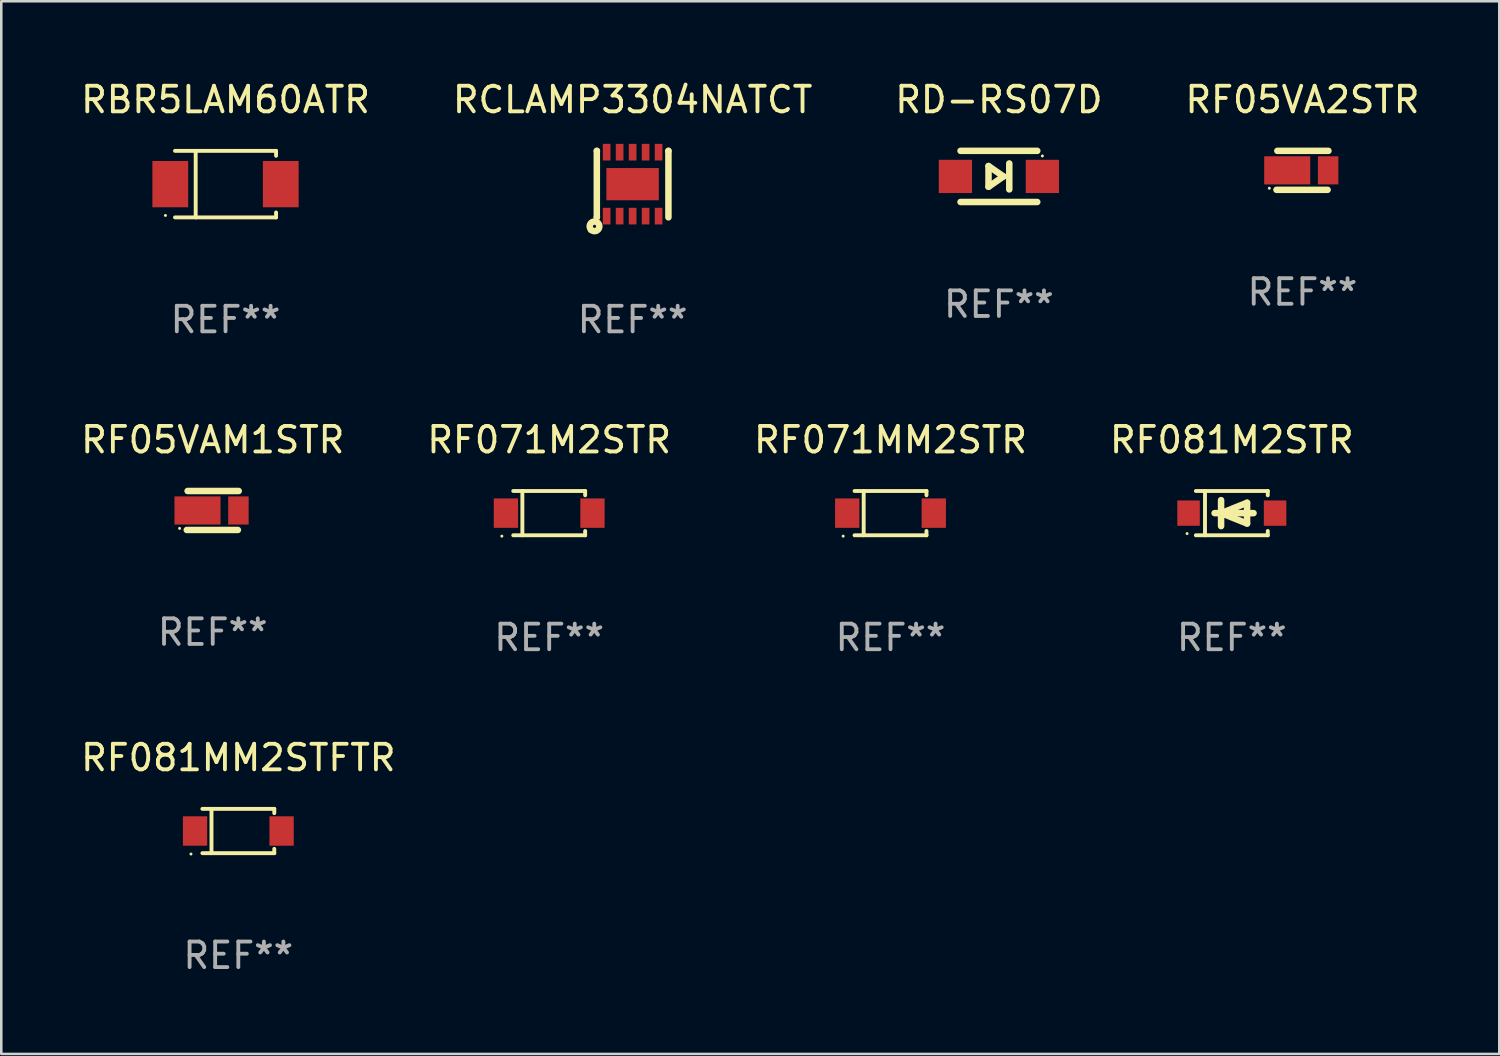
<source format=kicad_pcb>
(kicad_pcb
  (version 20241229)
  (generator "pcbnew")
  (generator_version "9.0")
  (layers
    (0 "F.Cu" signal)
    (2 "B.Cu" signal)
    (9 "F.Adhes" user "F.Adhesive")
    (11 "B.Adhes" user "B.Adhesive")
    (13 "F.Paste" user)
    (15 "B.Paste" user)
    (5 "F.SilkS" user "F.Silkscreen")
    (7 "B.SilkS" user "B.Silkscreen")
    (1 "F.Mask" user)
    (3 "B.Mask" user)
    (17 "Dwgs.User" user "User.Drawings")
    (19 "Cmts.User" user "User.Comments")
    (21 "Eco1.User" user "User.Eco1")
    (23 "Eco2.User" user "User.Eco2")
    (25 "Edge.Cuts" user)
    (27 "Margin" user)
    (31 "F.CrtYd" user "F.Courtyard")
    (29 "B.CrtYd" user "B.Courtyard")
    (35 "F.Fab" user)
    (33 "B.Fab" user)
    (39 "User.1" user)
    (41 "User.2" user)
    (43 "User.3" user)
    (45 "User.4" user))
  (footprint "RF081M2STR"
    (layer "F.Cu")
    (at 45.113 17.013)
    (property "Reference" "RF081M2STR" (at 0 -2.866 0) (layer "F.SilkS") (effects (font (size 1 1) (thickness 0.15))))
    (attr through_hole)
    (fp_line (start -1.406 -0.866) (end 1.406 -0.866) (stroke (width 0.152) (type solid)) (layer "F.SilkS"))
    (fp_line (start -1.406 0.866) (end 1.406 0.866) (stroke (width 0.152) (type solid)) (layer "F.SilkS"))
    (fp_line (start -1.049 -0.866) (end -1.049 0.866) (stroke (width 0.152) (type solid)) (layer "F.SilkS"))
    (fp_line (start -0.674 0) (end 0.85 0) (stroke (width 0.254) (type solid)) (layer "F.SilkS"))
    (fp_line (start -0.42 -0.508) (end -0.42 0.508) (stroke (width 0.254) (type solid)) (layer "F.SilkS"))
    (fp_line (start -0.42 0) (end 0.596 -0.406) (stroke (width 0.254) (type solid)) (layer "F.SilkS"))
    (fp_line (start 0.596 -0.406) (end 0.596 0.406) (stroke (width 0.254) (type solid)) (layer "F.SilkS"))
    (fp_line (start 0.596 0.406) (end -0.42 0) (stroke (width 0.254) (type solid)) (layer "F.SilkS"))
    (fp_line (start 1.406 -0.866) (end 1.406 -0.698) (stroke (width 0.152) (type solid)) (layer "F.SilkS"))
    (fp_line (start 1.406 0.866) (end 1.406 0.698) (stroke (width 0.152) (type solid)) (layer "F.SilkS"))
    (fp_circle (center -1.75 0.8) (end -1.72 0.8) (stroke (width 0.06) (type solid)) (fill no) (layer "F.SilkS"))
    (fp_text user "REF**" (at 0 4.866 0) (layer "F.Fab") (effects (font (size 1 1) (thickness 0.15))))
    (pad "1" smd rect (at -1.692 0) (size 0.88 0.99) (layers "F.Cu" "F.Mask" "F.Paste"))
    (pad "2" smd rect (at 1.692 0) (size 0.88 0.99) (layers "F.Cu" "F.Mask" "F.Paste")))
  (footprint "RF081MM2STFTR"
    (layer "F.Cu")
    (at 6.268 29.442)
    (property "Reference" "RF081MM2STFTR" (at 0 -2.866 0) (layer "F.SilkS") (effects (font (size 1 1) (thickness 0.15))))
    (attr through_hole)
    (fp_line (start -1.406 -0.866) (end 1.406 -0.866) (stroke (width 0.152) (type solid)) (layer "F.SilkS"))
    (fp_line (start -1.406 0.866) (end 1.406 0.866) (stroke (width 0.152) (type solid)) (layer "F.SilkS"))
    (fp_line (start -1.049 -0.866) (end -1.049 0.866) (stroke (width 0.152) (type solid)) (layer "F.SilkS"))
    (fp_line (start 1.406 -0.866) (end 1.406 -0.698) (stroke (width 0.152) (type solid)) (layer "F.SilkS"))
    (fp_line (start 1.406 0.866) (end 1.406 0.698) (stroke (width 0.152) (type solid)) (layer "F.SilkS"))
    (fp_circle (center -1.851 0.9) (end -1.821 0.9) (stroke (width 0.06) (type solid)) (fill no) (layer "F.SilkS"))
    (fp_text user "REF**" (at 0 4.866 0) (layer "F.Fab") (effects (font (size 1 1) (thickness 0.15))))
    (pad "1" smd rect (at -1.692 0) (size 0.95 1.15) (layers "F.Cu" "F.Mask" "F.Paste"))
    (pad "2" smd rect (at 1.692 0) (size 0.95 1.15) (layers "F.Cu" "F.Mask" "F.Paste")))
  (footprint "RCLAMP3304NATCT"
    (layer "F.Cu")
    (at 21.685 4.149)
    (property "Reference" "RCLAMP3304NATCT" (at 0 -3.301 0) (layer "F.SilkS") (effects (font (size 1 1) (thickness 0.15))))
    (attr through_hole)
    (fp_line (start -1.4 -1.299) (end -1.397 -1.299) (stroke (width 0.254) (type solid)) (layer "F.SilkS"))
    (fp_line (start -1.4 1.301) (end -1.4 -1.299) (stroke (width 0.254) (type solid)) (layer "F.SilkS"))
    (fp_line (start -1.398 1.287) (end -1.397 1.287) (stroke (width 0.254) (type solid)) (layer "F.SilkS"))
    (fp_line (start 1.397 -1.299) (end 1.4 -1.299) (stroke (width 0.254) (type solid)) (layer "F.SilkS"))
    (fp_line (start 1.4 1.299) (end 1.4 -1.301) (stroke (width 0.254) (type solid)) (layer "F.SilkS"))
    (fp_circle (center -1.678 1.839) (end -1.648 1.839) (stroke (width 0.06) (type solid)) (fill no) (layer "F.SilkS"))
    (fp_circle (center -1.49 1.651) (end -1.429 1.651) (stroke (width 0.254) (type solid)) (fill no) (layer "F.SilkS"))
    (fp_text user "REF**" (at 0 5.301 0) (layer "F.Fab") (effects (font (size 1 1) (thickness 0.15))))
    (pad "1" smd rect (at -1.016 1.251) (size 0.3 0.65) (layers "F.Cu" "F.Mask" "F.Paste"))
    (pad "2" smd rect (at -0.508 1.251) (size 0.3 0.65) (layers "F.Cu" "F.Mask" "F.Paste"))
    (pad "3" smd rect (at 0 1.251) (size 0.3 0.65) (layers "F.Cu" "F.Mask" "F.Paste"))
    (pad "4" smd rect (at 0.508 1.251) (size 0.3 0.65) (layers "F.Cu" "F.Mask" "F.Paste"))
    (pad "5" smd rect (at 1.016 1.251) (size 0.3 0.65) (layers "F.Cu" "F.Mask" "F.Paste"))
    (pad "6" smd rect (at 1.016 -1.249) (size 0.3 0.65) (layers "F.Cu" "F.Mask" "F.Paste"))
    (pad "7" smd rect (at 0.508 -1.249) (size 0.3 0.65) (layers "F.Cu" "F.Mask" "F.Paste"))
    (pad "8" smd rect (at 0 -1.249) (size 0.3 0.65) (layers "F.Cu" "F.Mask" "F.Paste"))
    (pad "9" smd rect (at -0.508 -1.249) (size 0.3 0.65) (layers "F.Cu" "F.Mask" "F.Paste"))
    (pad "10" smd rect (at -1.016 -1.249) (size 0.3 0.65) (layers "F.Cu" "F.Mask" "F.Paste"))
    (pad "11" smd rect (at -0.000254 0.001 90) (size 1.26 2.05) (layers "F.Cu" "F.Mask" "F.Paste")))
  (footprint "RBR5LAM60ATR"
    (layer "F.Cu")
    (at 5.768 4.149)
    (property "Reference" "RBR5LAM60ATR" (at 0 -3.301 0) (layer "F.SilkS") (effects (font (size 1 1) (thickness 0.15))))
    (attr through_hole)
    (fp_line (start -1.976 -1.301) (end 1.976 -1.301) (stroke (width 0.152) (type solid)) (layer "F.SilkS"))
    (fp_line (start -1.976 1.301) (end 1.976 1.301) (stroke (width 0.152) (type solid)) (layer "F.SilkS"))
    (fp_line (start -1.167 -1.301) (end -1.167 1.301) (stroke (width 0.152) (type solid)) (layer "F.SilkS"))
    (fp_line (start 1.976 -1.301) (end 1.976 -1.108) (stroke (width 0.152) (type solid)) (layer "F.SilkS"))
    (fp_line (start 1.976 1.301) (end 1.976 1.108) (stroke (width 0.152) (type solid)) (layer "F.SilkS"))
    (fp_circle (center -2.35 1.225) (end -2.32 1.225) (stroke (width 0.06) (type solid)) (fill no) (layer "F.SilkS"))
    (fp_text user "REF**" (at 0 5.301 0) (layer "F.Fab") (effects (font (size 1 1) (thickness 0.15))))
    (pad "1" smd rect (at -2.16 0.000127 180) (size 1.4 1.81) (layers "F.Cu" "F.Mask" "F.Paste"))
    (pad "2" smd rect (at 2.16 0.000127 180) (size 1.4 1.81) (layers "F.Cu" "F.Mask" "F.Paste")))
  (footprint "RF05VAM1STR"
    (layer "F.Cu")
    (at 5.268 16.909)
    (property "Reference" "RF05VAM1STR" (at 0 -2.762 0) (layer "F.SilkS") (effects (font (size 1 1) (thickness 0.15))))
    (attr through_hole)
    (fp_line (start -1.016 0.762) (end 0.983 0.762) (stroke (width 0.254) (type solid)) (layer "F.SilkS"))
    (fp_line (start -0.983 -0.762) (end 1.016 -0.762) (stroke (width 0.254) (type solid)) (layer "F.SilkS"))
    (fp_circle (center -1.296 0.7) (end -1.266 0.7) (stroke (width 0.06) (type solid)) (fill no) (layer "F.SilkS"))
    (fp_text user "REF**" (at 0 4.762 0) (layer "F.Fab") (effects (font (size 1 1) (thickness 0.15))))
    (pad "1" smd rect (at -0.596 0 180) (size 1.8 1.1) (layers "F.Cu" "F.Mask" "F.Paste"))
    (pad "2" smd rect (at 1.004 0 180) (size 0.8 1.1) (layers "F.Cu" "F.Mask" "F.Paste")))
  (footprint "RF071M2STR"
    (layer "F.Cu")
    (at 18.423 17.013)
    (property "Reference" "RF071M2STR" (at 0 -2.866 0) (layer "F.SilkS") (effects (font (size 1 1) (thickness 0.15))))
    (attr through_hole)
    (fp_line (start -1.406 -0.866) (end 1.406 -0.866) (stroke (width 0.152) (type solid)) (layer "F.SilkS"))
    (fp_line (start -1.406 0.866) (end 1.406 0.866) (stroke (width 0.152) (type solid)) (layer "F.SilkS"))
    (fp_line (start -1.049 -0.866) (end -1.049 0.866) (stroke (width 0.152) (type solid)) (layer "F.SilkS"))
    (fp_line (start 1.406 -0.866) (end 1.406 -0.698) (stroke (width 0.152) (type solid)) (layer "F.SilkS"))
    (fp_line (start 1.406 0.866) (end 1.406 0.698) (stroke (width 0.152) (type solid)) (layer "F.SilkS"))
    (fp_circle (center -1.851 0.9) (end -1.821 0.9) (stroke (width 0.06) (type solid)) (fill no) (layer "F.SilkS"))
    (fp_text user "REF**" (at 0 4.866 0) (layer "F.Fab") (effects (font (size 1 1) (thickness 0.15))))
    (pad "1" smd rect (at -1.692 0) (size 0.95 1.15) (layers "F.Cu" "F.Mask" "F.Paste"))
    (pad "2" smd rect (at 1.692 0) (size 0.95 1.15) (layers "F.Cu" "F.Mask" "F.Paste")))
  (footprint "RD-RS07D"
    (layer "F.Cu")
    (at 36.006 3.848)
    (property "Reference" "RD-RS07D" (at 0 -3 0) (layer "F.SilkS") (effects (font (size 1 1) (thickness 0.15))))
    (attr through_hole)
    (fp_line (start -1.5 -1) (end 1.5 -1) (stroke (width 0.254) (type solid)) (layer "F.SilkS"))
    (fp_line (start -0.406 -0.406) (end 0.178 0) (stroke (width 0.254) (type solid)) (layer "F.SilkS"))
    (fp_line (start -0.406 0.406) (end -0.406 -0.406) (stroke (width 0.254) (type solid)) (layer "F.SilkS"))
    (fp_line (start 0.178 0) (end -0.406 0.406) (stroke (width 0.254) (type solid)) (layer "F.SilkS"))
    (fp_line (start 0.406 0.508) (end 0.406 -0.508) (stroke (width 0.254) (type solid)) (layer "F.SilkS"))
    (fp_line (start 1.5 1) (end -1.5 1) (stroke (width 0.254) (type solid)) (layer "F.SilkS"))
    (fp_circle (center 1.7 -0.8) (end 1.73 -0.8) (stroke (width 0.06) (type solid)) (fill no) (layer "F.SilkS"))
    (fp_text user "REF**" (at 0 5 0) (layer "F.Fab") (effects (font (size 1 1) (thickness 0.15))))
    (pad "1" smd rect (at 1.7 0 180) (size 1.3 1.3) (layers "F.Cu" "F.Mask" "F.Paste"))
    (pad "2" smd rect (at -1.7 0 180) (size 1.3 1.3) (layers "F.Cu" "F.Mask" "F.Paste")))
  (footprint "RF071MM2STR"
    (layer "F.Cu")
    (at 31.768 17.013)
    (property "Reference" "RF071MM2STR" (at 0 -2.866 0) (layer "F.SilkS") (effects (font (size 1 1) (thickness 0.15))))
    (attr through_hole)
    (fp_line (start -1.406 -0.866) (end 1.406 -0.866) (stroke (width 0.152) (type solid)) (layer "F.SilkS"))
    (fp_line (start -1.406 0.866) (end 1.406 0.866) (stroke (width 0.152) (type solid)) (layer "F.SilkS"))
    (fp_line (start -1.049 -0.866) (end -1.049 0.866) (stroke (width 0.152) (type solid)) (layer "F.SilkS"))
    (fp_line (start 1.406 -0.866) (end 1.406 -0.698) (stroke (width 0.152) (type solid)) (layer "F.SilkS"))
    (fp_line (start 1.406 0.866) (end 1.406 0.698) (stroke (width 0.152) (type solid)) (layer "F.SilkS"))
    (fp_circle (center -1.851 0.9) (end -1.821 0.9) (stroke (width 0.06) (type solid)) (fill no) (layer "F.SilkS"))
    (fp_text user "REF**" (at 0 4.866 0) (layer "F.Fab") (effects (font (size 1 1) (thickness 0.15))))
    (pad "1" smd rect (at -1.692 0) (size 0.95 1.15) (layers "F.Cu" "F.Mask" "F.Paste"))
    (pad "2" smd rect (at 1.692 0) (size 0.95 1.15) (layers "F.Cu" "F.Mask" "F.Paste")))
  (footprint "RF05VA2STR"
    (layer "F.Cu")
    (at 47.875 3.61)
    (property "Reference" "RF05VA2STR" (at 0 -2.762 0) (layer "F.SilkS") (effects (font (size 1 1) (thickness 0.15))))
    (attr through_hole)
    (fp_line (start -1.016 0.762) (end 0.983 0.762) (stroke (width 0.254) (type solid)) (layer "F.SilkS"))
    (fp_line (start -0.983 -0.762) (end 1.016 -0.762) (stroke (width 0.254) (type solid)) (layer "F.SilkS"))
    (fp_circle (center -1.296 0.7) (end -1.266 0.7) (stroke (width 0.06) (type solid)) (fill no) (layer "F.SilkS"))
    (fp_text user "REF**" (at 0 4.762 0) (layer "F.Fab") (effects (font (size 1 1) (thickness 0.15))))
    (pad "1" smd rect (at -0.596 0 180) (size 1.8 1.1) (layers "F.Cu" "F.Mask" "F.Paste"))
    (pad "2" smd rect (at 1.004 0 180) (size 0.8 1.1) (layers "F.Cu" "F.Mask" "F.Paste")))
  (gr_rect
    (start -3 -3)
    (end 55.571 38.157)
    (stroke (width 0.1) (type default))
    (fill no)
    (layer "Edge.Cuts")))
</source>
